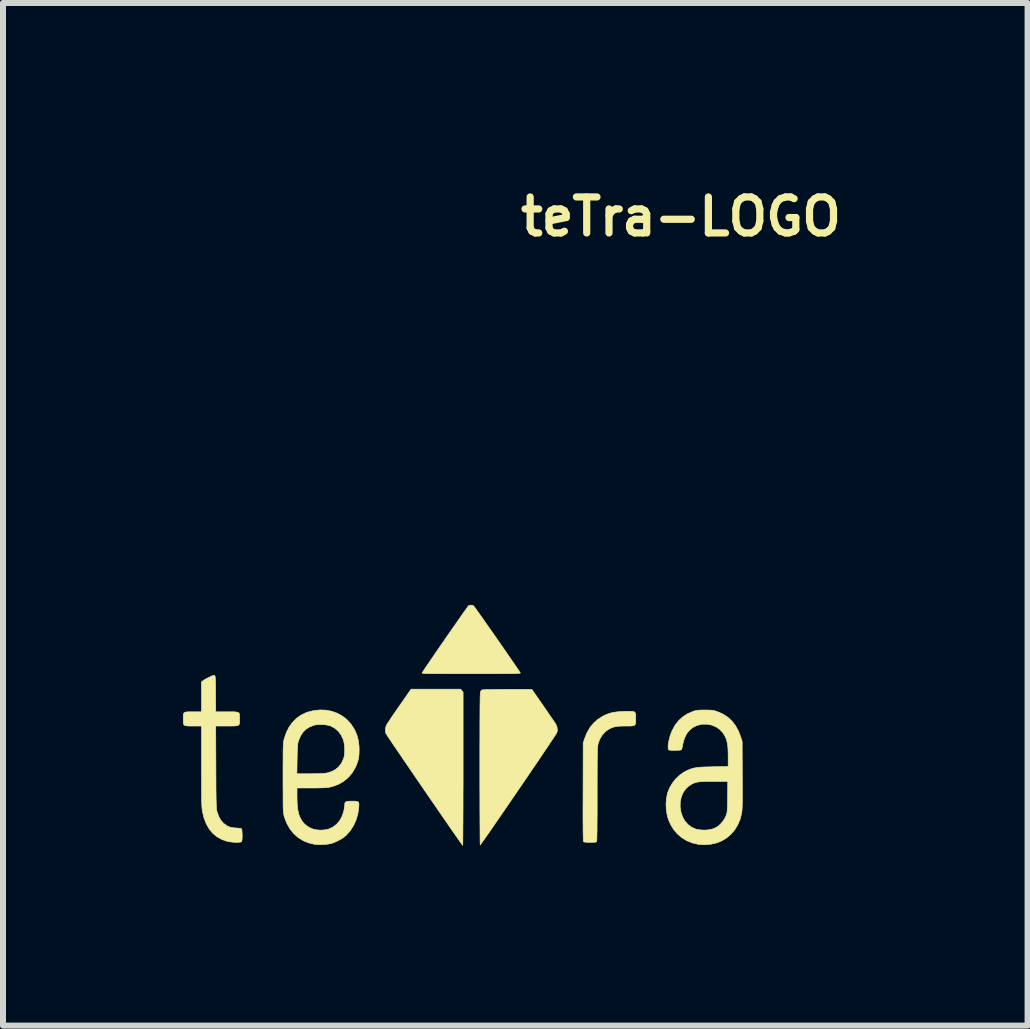
<source format=kicad_pcb>
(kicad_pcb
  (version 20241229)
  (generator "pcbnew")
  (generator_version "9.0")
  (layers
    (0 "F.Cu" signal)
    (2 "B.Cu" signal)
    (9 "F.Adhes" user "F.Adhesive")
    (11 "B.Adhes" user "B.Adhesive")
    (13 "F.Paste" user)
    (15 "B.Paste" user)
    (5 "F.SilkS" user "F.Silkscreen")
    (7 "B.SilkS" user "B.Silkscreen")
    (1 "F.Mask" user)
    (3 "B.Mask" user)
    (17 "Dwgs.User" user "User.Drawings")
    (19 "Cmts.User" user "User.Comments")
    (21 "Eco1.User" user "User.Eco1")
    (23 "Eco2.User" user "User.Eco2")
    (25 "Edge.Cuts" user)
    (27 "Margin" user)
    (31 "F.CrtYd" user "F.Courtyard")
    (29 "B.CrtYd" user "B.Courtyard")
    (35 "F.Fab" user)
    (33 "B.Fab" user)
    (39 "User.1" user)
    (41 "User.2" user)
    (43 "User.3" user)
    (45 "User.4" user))
  (footprint "teTra-LOGO"
    (layer "F.Cu")
    (at 4.802 9.062)
    (property "Reference" "teTra-LOGO" (at 3.5 -8.5 0) (unlocked yes) (layer "F.SilkS") (effects (font (size 0.6 0.6) (thickness 0.12))))
    (attr smd exclude_from_bom)
    (fp_poly (pts (xy -0.153 -0.599) (xy -0.132 -0.575) (xy -0.132 0.703) (xy -0.132 0.848) (xy -0.132 0.989) (xy -0.133 1.125) (xy -0.133 1.253) (xy -0.133 1.375) (xy -0.134 1.488) (xy -0.134 1.592) (xy -0.135 1.685) (xy -0.135 1.768) (xy -0.136 1.838) (xy -0.136 1.895) (xy -0.137 1.939) (xy -0.138 1.967) (xy -0.139 1.98) (xy -0.139 1.981) (xy -0.144 1.974) (xy -0.159 1.954) (xy -0.182 1.921) (xy -0.213 1.877) (xy -0.251 1.823) (xy -0.296 1.758) (xy -0.347 1.685) (xy -0.403 1.603) (xy -0.465 1.514) (xy -0.531 1.418) (xy -0.601 1.316) (xy -0.675 1.209) (xy -0.751 1.098) (xy -0.778 1.059) (xy -0.855 0.946) (xy -0.93 0.837) (xy -1.001 0.733) (xy -1.069 0.633) (xy -1.133 0.54) (xy -1.191 0.454) (xy -1.244 0.376) (xy -1.292 0.306) (xy -1.332 0.246) (xy -1.366 0.196) (xy -1.392 0.157) (xy -1.409 0.13) (xy -1.418 0.116) (xy -1.419 0.114) (xy -1.427 0.077) (xy -1.426 0.033) (xy -1.416 -0.008) (xy -1.411 -0.022) (xy -1.403 -0.036) (xy -1.386 -0.063) (xy -1.361 -0.099) (xy -1.331 -0.145) (xy -1.295 -0.198) (xy -1.255 -0.256) (xy -1.212 -0.318) (xy -1.197 -0.339) (xy -1 -0.623) (xy -0.173 -0.623) (xy -0.153 -0.599)) (stroke (width 0.01) (type solid)) (fill yes) (layer "F.SilkS"))
    (fp_poly (pts (xy 0.022 -2.021) (xy 0.043 -2.012) (xy 0.05 -2.003) (xy 0.066 -1.982) (xy 0.089 -1.95) (xy 0.12 -1.907) (xy 0.156 -1.856) (xy 0.198 -1.797) (xy 0.243 -1.732) (xy 0.292 -1.662) (xy 0.344 -1.589) (xy 0.397 -1.513) (xy 0.45 -1.436) (xy 0.503 -1.36) (xy 0.555 -1.285) (xy 0.605 -1.213) (xy 0.652 -1.145) (xy 0.695 -1.082) (xy 0.733 -1.027) (xy 0.766 -0.979) (xy 0.792 -0.941) (xy 0.81 -0.913) (xy 0.82 -0.897) (xy 0.821 -0.895) (xy 0.821 -0.892) (xy 0.818 -0.89) (xy 0.81 -0.889) (xy 0.798 -0.887) (xy 0.78 -0.886) (xy 0.755 -0.885) (xy 0.722 -0.884) (xy 0.681 -0.883) (xy 0.629 -0.883) (xy 0.567 -0.882) (xy 0.493 -0.882) (xy 0.407 -0.881) (xy 0.307 -0.881) (xy 0.192 -0.881) (xy 0.061 -0.881) (xy 0.003 -0.881) (xy -0.134 -0.881) (xy -0.254 -0.881) (xy -0.36 -0.881) (xy -0.452 -0.882) (xy -0.531 -0.882) (xy -0.598 -0.882) (xy -0.653 -0.883) (xy -0.699 -0.883) (xy -0.735 -0.884) (xy -0.763 -0.885) (xy -0.784 -0.886) (xy -0.799 -0.888) (xy -0.808 -0.889) (xy -0.813 -0.891) (xy -0.815 -0.893) (xy -0.815 -0.895) (xy -0.808 -0.906) (xy -0.793 -0.929) (xy -0.771 -0.963) (xy -0.741 -1.008) (xy -0.705 -1.06) (xy -0.664 -1.12) (xy -0.619 -1.186) (xy -0.571 -1.257) (xy -0.52 -1.331) (xy -0.467 -1.407) (xy -0.414 -1.484) (xy -0.361 -1.56) (xy -0.309 -1.635) (xy -0.259 -1.706) (xy -0.212 -1.774) (xy -0.169 -1.835) (xy -0.131 -1.89) (xy -0.098 -1.936) (xy -0.071 -1.973) (xy -0.052 -2) (xy -0.041 -2.014) (xy -0.039 -2.016) (xy -0.01 -2.024) (xy 0.022 -2.021)) (stroke (width 0.01) (type solid)) (fill yes) (layer "F.SilkS"))
    (fp_poly (pts (xy 1.21 -0.338) (xy 1.253 -0.276) (xy 1.293 -0.217) (xy 1.33 -0.163) (xy 1.362 -0.117) (xy 1.388 -0.078) (xy 1.407 -0.05) (xy 1.417 -0.033) (xy 1.419 -0.031) (xy 1.435 0.015) (xy 1.439 0.066) (xy 1.432 0.098) (xy 1.427 0.109) (xy 1.412 0.132) (xy 1.389 0.167) (xy 1.359 0.213) (xy 1.322 0.268) (xy 1.279 0.333) (xy 1.23 0.405) (xy 1.177 0.484) (xy 1.12 0.569) (xy 1.059 0.659) (xy 0.995 0.752) (xy 0.93 0.849) (xy 0.863 0.947) (xy 0.795 1.046) (xy 0.727 1.145) (xy 0.66 1.243) (xy 0.595 1.339) (xy 0.531 1.432) (xy 0.47 1.521) (xy 0.412 1.604) (xy 0.359 1.682) (xy 0.31 1.753) (xy 0.266 1.815) (xy 0.229 1.868) (xy 0.198 1.912) (xy 0.175 1.944) (xy 0.16 1.965) (xy 0.154 1.972) (xy 0.153 1.972) (xy 0.153 1.964) (xy 0.152 1.939) (xy 0.151 1.9) (xy 0.151 1.846) (xy 0.15 1.78) (xy 0.15 1.701) (xy 0.149 1.61) (xy 0.149 1.509) (xy 0.148 1.399) (xy 0.148 1.28) (xy 0.148 1.154) (xy 0.147 1.02) (xy 0.147 0.881) (xy 0.147 0.738) (xy 0.147 0.712) (xy 0.147 0.523) (xy 0.147 0.351) (xy 0.148 0.195) (xy 0.148 0.055) (xy 0.148 -0.07) (xy 0.149 -0.18) (xy 0.149 -0.276) (xy 0.15 -0.357) (xy 0.151 -0.425) (xy 0.152 -0.48) (xy 0.153 -0.522) (xy 0.154 -0.552) (xy 0.156 -0.57) (xy 0.156 -0.575) (xy 0.167 -0.596) (xy 0.181 -0.61) (xy 0.181 -0.61) (xy 0.193 -0.612) (xy 0.222 -0.614) (xy 0.264 -0.616) (xy 0.321 -0.617) (xy 0.391 -0.618) (xy 0.473 -0.618) (xy 0.565 -0.619) (xy 0.606 -0.619) (xy 1.015 -0.619) (xy 1.21 -0.338)) (stroke (width 0.01) (type solid)) (fill yes) (layer "F.SilkS"))
    (fp_poly (pts (xy 2.67 -0.254) (xy 2.702 -0.251) (xy 2.724 -0.244) (xy 2.737 -0.23) (xy 2.744 -0.21) (xy 2.746 -0.181) (xy 2.746 -0.142) (xy 2.746 -0.132) (xy 2.746 -0.09) (xy 2.744 -0.059) (xy 2.738 -0.037) (xy 2.726 -0.023) (xy 2.705 -0.014) (xy 2.674 -0.01) (xy 2.63 -0.009) (xy 2.579 -0.009) (xy 2.509 -0.008) (xy 2.452 -0.005) (xy 2.406 0.002) (xy 2.366 0.012) (xy 2.329 0.027) (xy 2.303 0.04) (xy 2.242 0.082) (xy 2.19 0.138) (xy 2.149 0.204) (xy 2.121 0.278) (xy 2.115 0.303) (xy 2.113 0.316) (xy 2.111 0.333) (xy 2.11 0.356) (xy 2.108 0.386) (xy 2.107 0.424) (xy 2.106 0.471) (xy 2.105 0.528) (xy 2.104 0.595) (xy 2.104 0.675) (xy 2.104 0.767) (xy 2.103 0.873) (xy 2.103 0.994) (xy 2.103 1.128) (xy 2.103 1.282) (xy 2.103 1.42) (xy 2.102 1.54) (xy 2.101 1.644) (xy 2.101 1.731) (xy 2.099 1.801) (xy 2.098 1.854) (xy 2.097 1.89) (xy 2.095 1.91) (xy 2.094 1.913) (xy 2.089 1.92) (xy 2.08 1.925) (xy 2.064 1.928) (xy 2.039 1.929) (xy 2.001 1.93) (xy 1.985 1.93) (xy 1.938 1.929) (xy 1.906 1.927) (xy 1.886 1.924) (xy 1.876 1.919) (xy 1.875 1.918) (xy 1.873 1.911) (xy 1.872 1.895) (xy 1.871 1.869) (xy 1.87 1.832) (xy 1.869 1.783) (xy 1.868 1.722) (xy 1.868 1.648) (xy 1.867 1.56) (xy 1.867 1.459) (xy 1.867 1.342) (xy 1.868 1.209) (xy 1.868 1.09) (xy 1.87 0.275) (xy 1.89 0.211) (xy 1.929 0.111) (xy 1.98 0.021) (xy 2.043 -0.057) (xy 2.118 -0.123) (xy 2.203 -0.176) (xy 2.217 -0.183) (xy 2.267 -0.205) (xy 2.315 -0.222) (xy 2.364 -0.235) (xy 2.419 -0.243) (xy 2.482 -0.249) (xy 2.558 -0.252) (xy 2.565 -0.253) (xy 2.625 -0.254) (xy 2.67 -0.254)) (stroke (width 0.01) (type solid)) (fill yes) (layer "F.SilkS"))
    (fp_poly (pts (xy -4.276 -0.851) (xy -4.274 -0.85) (xy -4.27 -0.847) (xy -4.267 -0.84) (xy -4.265 -0.829) (xy -4.263 -0.811) (xy -4.261 -0.785) (xy -4.26 -0.749) (xy -4.259 -0.702) (xy -4.258 -0.642) (xy -4.258 -0.567) (xy -4.258 -0.544) (xy -4.255 -0.246) (xy -4.07 -0.246) (xy -4.004 -0.246) (xy -3.954 -0.246) (xy -3.917 -0.243) (xy -3.89 -0.238) (xy -3.873 -0.23) (xy -3.863 -0.216) (xy -3.859 -0.196) (xy -3.858 -0.169) (xy -3.858 -0.134) (xy -3.858 -0.128) (xy -3.857 -0.091) (xy -3.858 -0.063) (xy -3.862 -0.042) (xy -3.871 -0.028) (xy -3.887 -0.018) (xy -3.912 -0.012) (xy -3.947 -0.01) (xy -3.996 -0.009) (xy -4.058 -0.009) (xy -4.07 -0.009) (xy -4.256 -0.009) (xy -4.253 0.675) (xy -4.253 0.799) (xy -4.252 0.909) (xy -4.252 1.003) (xy -4.251 1.084) (xy -4.25 1.153) (xy -4.249 1.211) (xy -4.248 1.259) (xy -4.247 1.298) (xy -4.246 1.33) (xy -4.244 1.355) (xy -4.243 1.374) (xy -4.241 1.39) (xy -4.238 1.403) (xy -4.236 1.413) (xy -4.208 1.494) (xy -4.171 1.561) (xy -4.124 1.614) (xy -4.068 1.654) (xy -4.046 1.665) (xy -4.016 1.677) (xy -3.983 1.685) (xy -3.943 1.689) (xy -3.918 1.691) (xy -3.881 1.693) (xy -3.851 1.697) (xy -3.831 1.701) (xy -3.826 1.703) (xy -3.821 1.715) (xy -3.818 1.74) (xy -3.816 1.773) (xy -3.815 1.811) (xy -3.815 1.848) (xy -3.817 1.882) (xy -3.821 1.907) (xy -3.825 1.92) (xy -3.84 1.925) (xy -3.868 1.929) (xy -3.904 1.93) (xy -3.946 1.929) (xy -3.99 1.925) (xy -4.031 1.92) (xy -4.066 1.913) (xy -4.066 1.913) (xy -4.156 1.881) (xy -4.236 1.836) (xy -4.306 1.778) (xy -4.365 1.706) (xy -4.413 1.622) (xy -4.451 1.524) (xy -4.477 1.414) (xy -4.48 1.402) (xy -4.482 1.385) (xy -4.484 1.365) (xy -4.486 1.341) (xy -4.488 1.311) (xy -4.489 1.274) (xy -4.49 1.229) (xy -4.491 1.175) (xy -4.491 1.11) (xy -4.492 1.034) (xy -4.492 0.944) (xy -4.492 0.841) (xy -4.493 0.723) (xy -4.493 0.659) (xy -4.493 -0.009) (xy -4.632 -0.009) (xy -4.689 -0.009) (xy -4.731 -0.011) (xy -4.76 -0.015) (xy -4.779 -0.023) (xy -4.791 -0.038) (xy -4.796 -0.06) (xy -4.797 -0.091) (xy -4.797 -0.128) (xy -4.797 -0.168) (xy -4.795 -0.198) (xy -4.79 -0.22) (xy -4.778 -0.233) (xy -4.758 -0.241) (xy -4.727 -0.245) (xy -4.683 -0.246) (xy -4.632 -0.246) (xy -4.493 -0.246) (xy -4.493 -0.744) (xy -4.469 -0.764) (xy -4.451 -0.776) (xy -4.422 -0.793) (xy -4.388 -0.811) (xy -4.367 -0.822) (xy -4.329 -0.839) (xy -4.303 -0.85) (xy -4.286 -0.853) (xy -4.276 -0.851)) (stroke (width 0.01) (type solid)) (fill yes) (layer "F.SilkS"))
    (fp_poly (pts (xy 3.898 -0.275) (xy 3.95 -0.275) (xy 3.989 -0.274) (xy 4.019 -0.271) (xy 4.045 -0.267) (xy 4.069 -0.261) (xy 4.097 -0.252) (xy 4.191 -0.213) (xy 4.275 -0.16) (xy 4.347 -0.095) (xy 4.408 -0.017) (xy 4.458 0.074) (xy 4.496 0.173) (xy 4.52 0.249) (xy 4.522 0.806) (xy 4.523 0.92) (xy 4.523 1.019) (xy 4.523 1.103) (xy 4.523 1.175) (xy 4.523 1.235) (xy 4.522 1.284) (xy 4.521 1.325) (xy 4.52 1.359) (xy 4.518 1.386) (xy 4.516 1.409) (xy 4.514 1.428) (xy 4.512 1.44) (xy 4.487 1.542) (xy 4.448 1.635) (xy 4.397 1.72) (xy 4.334 1.794) (xy 4.261 1.856) (xy 4.178 1.906) (xy 4.101 1.937) (xy 3.999 1.961) (xy 3.894 1.97) (xy 3.789 1.963) (xy 3.788 1.963) (xy 3.69 1.94) (xy 3.598 1.903) (xy 3.514 1.852) (xy 3.44 1.789) (xy 3.377 1.715) (xy 3.327 1.632) (xy 3.299 1.57) (xy 3.279 1.513) (xy 3.266 1.454) (xy 3.256 1.386) (xy 3.254 1.374) (xy 3.253 1.336) (xy 3.486 1.336) (xy 3.487 1.343) (xy 3.501 1.431) (xy 3.528 1.509) (xy 3.567 1.577) (xy 3.616 1.633) (xy 3.676 1.677) (xy 3.745 1.708) (xy 3.762 1.713) (xy 3.816 1.722) (xy 3.877 1.726) (xy 3.939 1.724) (xy 3.996 1.715) (xy 4.019 1.71) (xy 4.056 1.696) (xy 4.093 1.678) (xy 4.115 1.664) (xy 4.156 1.629) (xy 4.196 1.583) (xy 4.23 1.531) (xy 4.254 1.48) (xy 4.26 1.464) (xy 4.264 1.448) (xy 4.268 1.431) (xy 4.27 1.409) (xy 4.272 1.382) (xy 4.274 1.346) (xy 4.275 1.3) (xy 4.276 1.241) (xy 4.277 1.17) (xy 4.28 0.914) (xy 4.048 0.914) (xy 3.97 0.914) (xy 3.906 0.915) (xy 3.854 0.917) (xy 3.812 0.92) (xy 3.778 0.925) (xy 3.749 0.931) (xy 3.722 0.94) (xy 3.695 0.952) (xy 3.676 0.961) (xy 3.618 1) (xy 3.569 1.051) (xy 3.53 1.112) (xy 3.503 1.182) (xy 3.488 1.257) (xy 3.486 1.336) (xy 3.253 1.336) (xy 3.251 1.291) (xy 3.257 1.206) (xy 3.272 1.126) (xy 3.276 1.109) (xy 3.308 1.027) (xy 3.353 0.949) (xy 3.409 0.876) (xy 3.474 0.813) (xy 3.545 0.763) (xy 3.576 0.746) (xy 3.615 0.727) (xy 3.651 0.712) (xy 3.685 0.7) (xy 3.721 0.691) (xy 3.761 0.684) (xy 3.807 0.679) (xy 3.862 0.675) (xy 3.929 0.673) (xy 4.009 0.671) (xy 4.035 0.67) (xy 4.287 0.666) (xy 4.287 0.507) (xy 4.286 0.426) (xy 4.283 0.358) (xy 4.277 0.302) (xy 4.268 0.253) (xy 4.256 0.21) (xy 4.239 0.17) (xy 4.237 0.165) (xy 4.197 0.101) (xy 4.146 0.047) (xy 4.084 0.005) (xy 4.015 -0.024) (xy 3.941 -0.039) (xy 3.863 -0.04) (xy 3.839 -0.037) (xy 3.763 -0.017) (xy 3.696 0.016) (xy 3.64 0.063) (xy 3.593 0.122) (xy 3.558 0.194) (xy 3.534 0.279) (xy 3.53 0.299) (xy 3.523 0.334) (xy 3.516 0.363) (xy 3.509 0.382) (xy 3.507 0.386) (xy 3.495 0.391) (xy 3.47 0.394) (xy 3.437 0.396) (xy 3.4 0.397) (xy 3.363 0.397) (xy 3.33 0.395) (xy 3.306 0.392) (xy 3.297 0.389) (xy 3.288 0.374) (xy 3.285 0.347) (xy 3.287 0.309) (xy 3.293 0.264) (xy 3.304 0.214) (xy 3.317 0.163) (xy 3.334 0.114) (xy 3.352 0.07) (xy 3.401 -0.021) (xy 3.46 -0.098) (xy 3.529 -0.161) (xy 3.609 -0.213) (xy 3.699 -0.252) (xy 3.726 -0.261) (xy 3.75 -0.267) (xy 3.774 -0.271) (xy 3.802 -0.274) (xy 3.838 -0.275) (xy 3.886 -0.275) (xy 3.898 -0.275)) (stroke (width 0.01) (type solid)) (fill yes) (layer "F.SilkS"))
    (fp_poly (pts (xy -2.419 -0.274) (xy -2.323 -0.255) (xy -2.232 -0.223) (xy -2.148 -0.177) (xy -2.072 -0.119) (xy -2.006 -0.048) (xy -1.951 0.035) (xy -1.936 0.063) (xy -1.901 0.145) (xy -1.879 0.23) (xy -1.867 0.322) (xy -1.865 0.389) (xy -1.867 0.462) (xy -1.874 0.524) (xy -1.888 0.581) (xy -1.909 0.639) (xy -1.933 0.691) (xy -1.983 0.775) (xy -2.046 0.848) (xy -2.12 0.91) (xy -2.205 0.96) (xy -2.299 0.996) (xy -2.365 1.012) (xy -2.393 1.016) (xy -2.431 1.019) (xy -2.48 1.021) (xy -2.542 1.023) (xy -2.617 1.024) (xy -2.665 1.024) (xy -2.901 1.024) (xy -2.901 1.174) (xy -2.899 1.265) (xy -2.894 1.341) (xy -2.884 1.406) (xy -2.871 1.463) (xy -2.851 1.513) (xy -2.826 1.56) (xy -2.809 1.586) (xy -2.778 1.622) (xy -2.735 1.657) (xy -2.686 1.687) (xy -2.637 1.708) (xy -2.632 1.71) (xy -2.572 1.722) (xy -2.505 1.727) (xy -2.439 1.723) (xy -2.381 1.711) (xy -2.374 1.709) (xy -2.304 1.677) (xy -2.243 1.631) (xy -2.192 1.572) (xy -2.152 1.502) (xy -2.124 1.42) (xy -2.118 1.395) (xy -2.112 1.359) (xy -2.107 1.326) (xy -2.105 1.302) (xy -2.105 1.3) (xy -2.103 1.278) (xy -2.096 1.262) (xy -2.081 1.252) (xy -2.056 1.246) (xy -2.018 1.244) (xy -1.987 1.244) (xy -1.939 1.244) (xy -1.906 1.247) (xy -1.885 1.254) (xy -1.873 1.267) (xy -1.869 1.288) (xy -1.869 1.319) (xy -1.871 1.342) (xy -1.885 1.449) (xy -1.914 1.55) (xy -1.955 1.644) (xy -2.008 1.729) (xy -2.071 1.802) (xy -2.106 1.834) (xy -2.151 1.866) (xy -2.206 1.897) (xy -2.265 1.925) (xy -2.32 1.946) (xy -2.338 1.951) (xy -2.382 1.959) (xy -2.436 1.965) (xy -2.495 1.968) (xy -2.552 1.968) (xy -2.6 1.964) (xy -2.609 1.963) (xy -2.708 1.939) (xy -2.8 1.901) (xy -2.883 1.849) (xy -2.955 1.784) (xy -3.018 1.707) (xy -3.069 1.617) (xy -3.108 1.517) (xy -3.115 1.494) (xy -3.118 1.48) (xy -3.121 1.467) (xy -3.124 1.453) (xy -3.126 1.437) (xy -3.128 1.417) (xy -3.13 1.392) (xy -3.131 1.361) (xy -3.132 1.323) (xy -3.133 1.276) (xy -3.133 1.218) (xy -3.133 1.149) (xy -3.133 1.067) (xy -3.134 0.971) (xy -3.134 0.86) (xy -3.134 0.854) (xy -3.134 0.787) (xy -2.903 0.787) (xy -2.687 0.787) (xy -2.603 0.786) (xy -2.535 0.785) (xy -2.481 0.783) (xy -2.438 0.779) (xy -2.407 0.775) (xy -2.328 0.752) (xy -2.26 0.717) (xy -2.203 0.669) (xy -2.158 0.608) (xy -2.125 0.536) (xy -2.117 0.512) (xy -2.109 0.464) (xy -2.105 0.406) (xy -2.107 0.344) (xy -2.114 0.283) (xy -2.126 0.229) (xy -2.132 0.21) (xy -2.167 0.138) (xy -2.215 0.076) (xy -2.273 0.026) (xy -2.341 -0.01) (xy -2.344 -0.011) (xy -2.387 -0.023) (xy -2.441 -0.031) (xy -2.498 -0.034) (xy -2.555 -0.032) (xy -2.603 -0.026) (xy -2.618 -0.022) (xy -2.691 0.006) (xy -2.753 0.045) (xy -2.803 0.096) (xy -2.844 0.16) (xy -2.876 0.237) (xy -2.882 0.256) (xy -2.886 0.275) (xy -2.889 0.302) (xy -2.892 0.338) (xy -2.895 0.385) (xy -2.897 0.444) (xy -2.898 0.519) (xy -2.899 0.543) (xy -2.903 0.787) (xy -3.134 0.787) (xy -3.134 0.742) (xy -3.134 0.645) (xy -3.133 0.563) (xy -3.133 0.493) (xy -3.133 0.435) (xy -3.132 0.387) (xy -3.131 0.348) (xy -3.13 0.316) (xy -3.129 0.291) (xy -3.127 0.27) (xy -3.124 0.253) (xy -3.122 0.238) (xy -3.119 0.224) (xy -3.115 0.209) (xy -3.115 0.209) (xy -3.081 0.106) (xy -3.036 0.014) (xy -2.979 -0.067) (xy -2.912 -0.135) (xy -2.835 -0.19) (xy -2.749 -0.232) (xy -2.726 -0.24) (xy -2.622 -0.266) (xy -2.519 -0.277) (xy -2.419 -0.274)) (stroke (width 0.01) (type solid)) (fill yes) (layer "F.SilkS")))
  (gr_rect
    (start -3 -3)
    (end 14.08 14.047)
    (stroke (width 0.1) (type default))
    (fill no)
    (layer "Edge.Cuts")))
</source>
